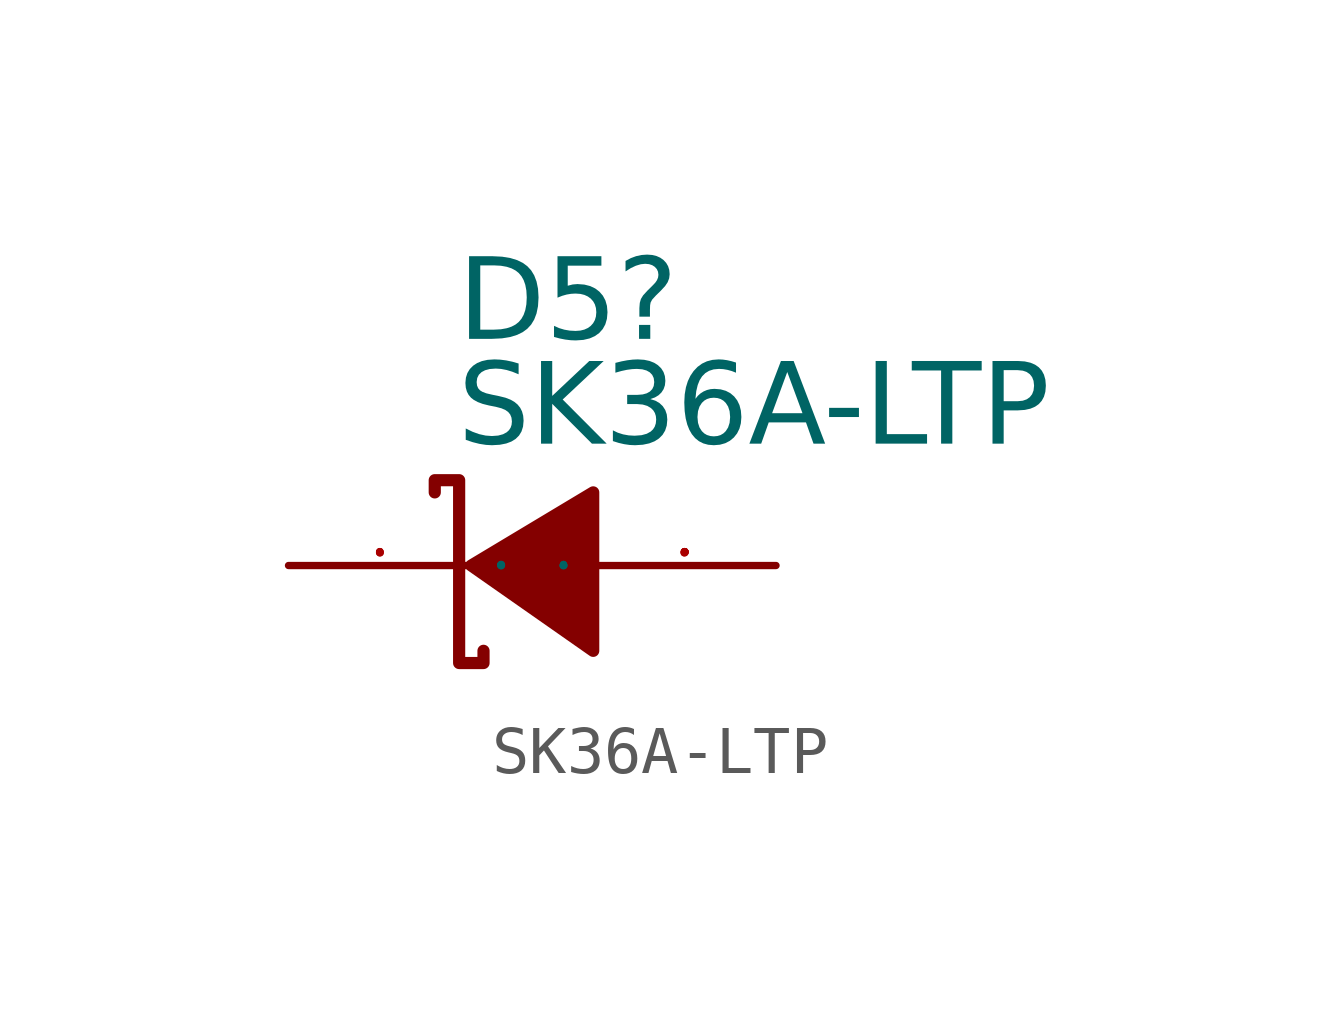
<source format=kicad_sym>
(kicad_symbol_lib
  (version 20241209)
  (generator "kicad_symbol_editor")
  (generator_version "9.0")
  (symbol "SK36A-LTP"
    (property "Reference" "D5"
      (at -1.549 6.413 0)
      (effects (font (face "Arial") (size 1.689 1.689)) (justify left top)))
    (property "Value" "SK36A-LTP"
      (at -1.549 4.229 0)
      (effects (font (face "Arial") (size 1.689 1.689)) (justify left top)))
    (symbol "SK36A-LTP_0_0"
      (polyline (pts (xy -2.032 1.524) (xy -2.032 1.778) (xy -1.524 1.778) (xy -1.524 -2.032) (xy -1.016 -2.032) (xy -1.016 -1.778)) (stroke (width 0.254) (type solid)) (fill (type none)))
      (polyline (pts (xy 1.27 1.524) (xy -1.27 0) (xy 1.27 -1.778) (xy 1.27 1.524)) (stroke (width 0.254) (type solid)) (fill (type outline)))
      (pin power_out line (at -5.08 0 0) (length 3.81) (name "K" (effects (font (size 0.025 0.025)))) (number "1" (effects (font (size 0.025 0.025)))))
      (pin passive line (at 5.08 0 180) (length 3.81) (name "A" (effects (font (size 0.025 0.025)))) (number "2" (effects (font (size 0.025 0.025))))))))
</source>
